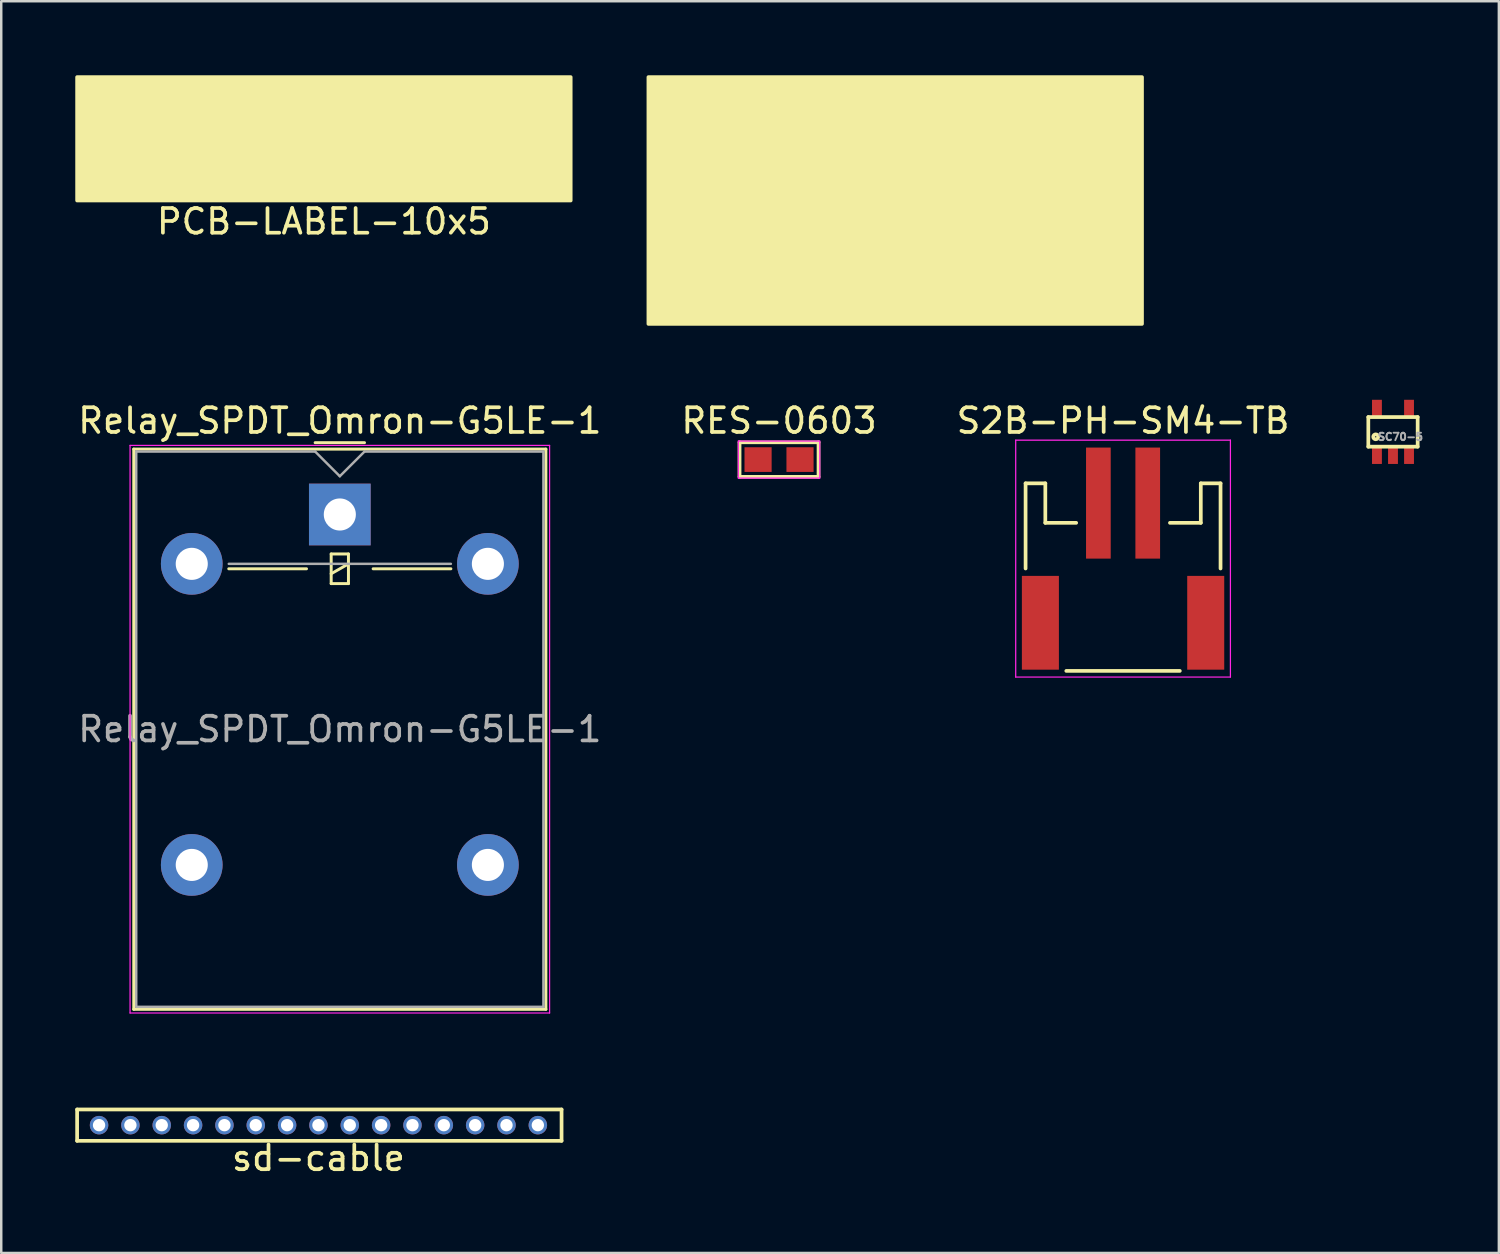
<source format=kicad_pcb>
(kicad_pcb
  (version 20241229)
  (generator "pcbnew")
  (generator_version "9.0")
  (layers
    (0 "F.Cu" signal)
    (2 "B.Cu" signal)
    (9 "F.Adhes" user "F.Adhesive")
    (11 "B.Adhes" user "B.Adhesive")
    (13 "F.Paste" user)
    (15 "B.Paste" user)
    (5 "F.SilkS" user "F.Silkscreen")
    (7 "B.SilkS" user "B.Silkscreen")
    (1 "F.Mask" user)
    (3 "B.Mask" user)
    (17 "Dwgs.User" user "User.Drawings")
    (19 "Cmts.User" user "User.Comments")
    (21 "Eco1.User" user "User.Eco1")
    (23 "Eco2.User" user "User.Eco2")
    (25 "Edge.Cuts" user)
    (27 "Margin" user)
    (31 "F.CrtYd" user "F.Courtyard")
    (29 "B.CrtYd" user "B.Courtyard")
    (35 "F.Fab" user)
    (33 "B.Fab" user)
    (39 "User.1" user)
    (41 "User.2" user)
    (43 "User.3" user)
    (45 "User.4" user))
  (footprint "PCB-LABEL-10x5"
    (layer "F.Cu")
    (at 10.075 5.075)
    (property "Reference" "PCB-LABEL-10x5" (at 0 0.85 0) (layer "F.SilkS") (effects (font (size 1 1) (thickness 0.15))))
    (attr through_hole)
    (fp_poly (pts (xy -10 -5) (xy 10 -5) (xy 10 0) (xy -10 0)) (stroke (width 0.15) (type solid)) (fill yes) (layer "F.SilkS")))
  (footprint "S2B-PH-SM4-TB"
    (layer "F.Cu")
    (at 42.458 19.586)
    (property "Reference" "S2B-PH-SM4-TB" (at 0 -5.588 0) (layer "F.SilkS") (effects (font (size 1 1) (thickness 0.15))))
    (attr through_hole)
    (fp_line (start -3.95 -3.05) (end -3.95 0.4) (stroke (width 0.15) (type solid)) (layer "F.SilkS"))
    (fp_line (start -3.15 -3.05) (end -3.95 -3.05) (stroke (width 0.15) (type solid)) (layer "F.SilkS"))
    (fp_line (start -3.15 -1.45) (end -3.15 -3.05) (stroke (width 0.15) (type solid)) (layer "F.SilkS"))
    (fp_line (start -3.15 -1.45) (end -1.9 -1.45) (stroke (width 0.15) (type solid)) (layer "F.SilkS"))
    (fp_line (start -2.3 4.55) (end 2.3 4.55) (stroke (width 0.15) (type solid)) (layer "F.SilkS"))
    (fp_line (start 3.15 -3.05) (end 3.95 -3.05) (stroke (width 0.15) (type solid)) (layer "F.SilkS"))
    (fp_line (start 3.15 -1.45) (end 1.9 -1.45) (stroke (width 0.15) (type solid)) (layer "F.SilkS"))
    (fp_line (start 3.15 -1.45) (end 3.15 -3.05) (stroke (width 0.15) (type solid)) (layer "F.SilkS"))
    (fp_line (start 3.95 -3.05) (end 3.95 0.4) (stroke (width 0.15) (type solid)) (layer "F.SilkS"))
    (fp_line (start -4.35 -4.8) (end 4.35 -4.8) (stroke (width 0.05) (type solid)) (layer "F.CrtYd"))
    (fp_line (start -4.35 4.8) (end -4.35 -4.8) (stroke (width 0.05) (type solid)) (layer "F.CrtYd"))
    (fp_line (start -4.35 4.8) (end 4.35 4.8) (stroke (width 0.05) (type solid)) (layer "F.CrtYd"))
    (fp_line (start 4.35 -4.8) (end 4.35 4.8) (stroke (width 0.05) (type solid)) (layer "F.CrtYd"))
    (pad "1" smd rect (at -1 -2.25) (size 1 4.5) (layers "F.Cu" "F.Mask" "F.Paste"))
    (pad "2" smd rect (at 1 -2.25) (size 1 4.5) (layers "F.Cu" "F.Mask" "F.Paste"))
    (pad "3" smd rect (at -3.35 2.6) (size 1.5 3.8) (layers "F.Cu" "F.Mask" "F.Paste"))
    (pad "4" smd rect (at 3.35 2.6) (size 1.5 3.8) (layers "F.Cu" "F.Mask" "F.Paste")))
  (footprint "sd-cable"
    (layer "F.Cu")
    (at 9.854 41.273)
    (property "Reference" "sd-cable" (at 0 2.6 0) (layer "F.SilkS") (effects (font (size 1 1) (thickness 0.15))))
    (attr through_hole)
    (fp_line (start -9.779 0.635) (end -9.779 1.905) (stroke (width 0.15) (type solid)) (layer "F.SilkS"))
    (fp_line (start -9.779 0.635) (end 9.851 0.635) (stroke (width 0.15) (type solid)) (layer "F.SilkS"))
    (fp_line (start -9.779 1.905) (end 9.851 1.905) (stroke (width 0.15) (type solid)) (layer "F.SilkS"))
    (fp_line (start 9.851 0.635) (end 9.851 1.905) (stroke (width 0.15) (type solid)) (layer "F.SilkS"))
    (pad "1" thru_hole circle (at -8.89 1.27) (size 0.75 0.75) (drill 0.5) (layers "*.Cu" "*.Mask"))
    (pad "2" thru_hole circle (at -7.62 1.27) (size 0.75 0.75) (drill 0.5) (layers "*.Cu" "*.Mask"))
    (pad "3" thru_hole circle (at -6.35 1.27) (size 0.75 0.75) (drill 0.5) (layers "*.Cu" "*.Mask"))
    (pad "4" thru_hole circle (at -5.08 1.27) (size 0.75 0.75) (drill 0.5) (layers "*.Cu" "*.Mask"))
    (pad "5" thru_hole circle (at -3.81 1.27) (size 0.75 0.75) (drill 0.5) (layers "*.Cu" "*.Mask"))
    (pad "6" thru_hole circle (at -2.54 1.27) (size 0.75 0.75) (drill 0.5) (layers "*.Cu" "*.Mask"))
    (pad "7" thru_hole circle (at -1.27 1.27) (size 0.75 0.75) (drill 0.5) (layers "*.Cu" "*.Mask"))
    (pad "8" thru_hole circle (at 0 1.27) (size 0.75 0.75) (drill 0.5) (layers "*.Cu" "*.Mask"))
    (pad "9" thru_hole circle (at 1.27 1.27) (size 0.75 0.75) (drill 0.5) (layers "*.Cu" "*.Mask"))
    (pad "10" thru_hole circle (at 2.54 1.27) (size 0.75 0.75) (drill 0.5) (layers "*.Cu" "*.Mask"))
    (pad "11" thru_hole circle (at 3.81 1.27) (size 0.75 0.75) (drill 0.5) (layers "*.Cu" "*.Mask"))
    (pad "12" thru_hole circle (at 5.08 1.27) (size 0.75 0.75) (drill 0.5) (layers "*.Cu" "*.Mask"))
    (pad "13" thru_hole circle (at 6.35 1.27) (size 0.75 0.75) (drill 0.5) (layers "*.Cu" "*.Mask"))
    (pad "14" thru_hole circle (at 7.62 1.27) (size 0.75 0.75) (drill 0.5) (layers "*.Cu" "*.Mask"))
    (pad "15" thru_hole circle (at 8.89 1.27) (size 0.75 0.75) (drill 0.5) (layers "*.Cu" "*.Mask")))
  (footprint "RES-0603"
    (layer "F.Cu")
    (at 28.518 15.573)
    (property "Reference" "RES-0603" (at 0 -1.575 0) (layer "F.SilkS") (effects (font (size 1 1) (thickness 0.15))))
    (attr smd)
    (fp_line (start -1.6 -0.7) (end -1.6 0.7) (stroke (width 0.15) (type solid)) (layer "F.SilkS"))
    (fp_line (start -1.6 -0.7) (end 1.6 -0.7) (stroke (width 0.15) (type solid)) (layer "F.SilkS"))
    (fp_line (start 1.6 -0.7) (end 1.6 0.7) (stroke (width 0.15) (type solid)) (layer "F.SilkS"))
    (fp_line (start 1.6 0.7) (end -1.6 0.7) (stroke (width 0.15) (type solid)) (layer "F.SilkS"))
    (fp_line (start -1.65 -0.75) (end -1.65 0.75) (stroke (width 0.05) (type solid)) (layer "F.CrtYd"))
    (fp_line (start -1.65 0.75) (end 1.65 0.75) (stroke (width 0.05) (type solid)) (layer "F.CrtYd"))
    (fp_line (start 1.65 -0.75) (end -1.65 -0.75) (stroke (width 0.05) (type solid)) (layer "F.CrtYd"))
    (fp_line (start 1.65 0.75) (end 1.65 -0.75) (stroke (width 0.05) (type solid)) (layer "F.CrtYd"))
    (pad "1" smd rect (at -0.85 0) (size 1.1 1) (layers "F.Cu" "F.Mask" "F.Paste"))
    (pad "2" smd rect (at 0.85 0) (size 1.1 1) (layers "F.Cu" "F.Mask" "F.Paste")))
  (footprint "PCB-LABEL-STANDARD"
    (layer "F.Cu")
    (at 33.225 5.075)
    (property "Reference" "PCB-LABEL-STANDARD" (at 0 0.85 0) (layer "F.SilkS") (effects (font (size 1 1) (thickness 0.15))))
    (attr through_hole)
    (fp_poly (pts (xy -10 -5) (xy 10 -5) (xy 10 5) (xy -10 5)) (stroke (width 0.15) (type solid)) (fill yes) (layer "F.SilkS")))
  (footprint "Relay_SPDT_Omron-G5LE-1"
    (layer "F.Cu")
    (at 10.72 17.798)
    (property "Reference" "Relay_SPDT_Omron-G5LE-1" (at 0 -3.8 0) (layer "F.SilkS") (effects (font (size 1 1) (thickness 0.15))))
    (attr through_hole)
    (fp_line (start -8.35 -2.65) (end -8.35 20.05) (stroke (width 0.12) (type solid)) (layer "F.SilkS"))
    (fp_line (start -8.35 20.05) (end 8.35 20.05) (stroke (width 0.12) (type solid)) (layer "F.SilkS"))
    (fp_line (start -4.5 2.2) (end -1.35 2.2) (stroke (width 0.12) (type solid)) (layer "F.SilkS"))
    (fp_line (start -1 -2.91) (end 1 -2.91) (stroke (width 0.12) (type solid)) (layer "F.SilkS"))
    (fp_line (start -0.35 1.6) (end -0.35 2.8) (stroke (width 0.12) (type solid)) (layer "F.SilkS"))
    (fp_line (start -0.35 2.4) (end 0.35 2) (stroke (width 0.12) (type solid)) (layer "F.SilkS"))
    (fp_line (start -0.35 2.8) (end 0.35 2.8) (stroke (width 0.12) (type solid)) (layer "F.SilkS"))
    (fp_line (start 0.35 1.6) (end -0.35 1.6) (stroke (width 0.12) (type solid)) (layer "F.SilkS"))
    (fp_line (start 0.35 2.8) (end 0.35 1.6) (stroke (width 0.12) (type solid)) (layer "F.SilkS"))
    (fp_line (start 1.35 2.2) (end 4.5 2.2) (stroke (width 0.12) (type solid)) (layer "F.SilkS"))
    (fp_line (start 8.35 -2.65) (end -8.35 -2.65) (stroke (width 0.12) (type solid)) (layer "F.SilkS"))
    (fp_line (start 8.35 20.05) (end 8.35 -2.65) (stroke (width 0.12) (type solid)) (layer "F.SilkS"))
    (fp_line (start -8.5 -2.8) (end -8.5 20.2) (stroke (width 0.05) (type solid)) (layer "F.CrtYd"))
    (fp_line (start -8.5 20.2) (end 8.5 20.2) (stroke (width 0.05) (type solid)) (layer "F.CrtYd"))
    (fp_line (start 8.5 -2.8) (end -8.5 -2.8) (stroke (width 0.05) (type solid)) (layer "F.CrtYd"))
    (fp_line (start 8.5 20.2) (end 8.5 -2.8) (stroke (width 0.05) (type solid)) (layer "F.CrtYd"))
    (fp_line (start -8.25 -2.55) (end -1 -2.55) (stroke (width 0.1) (type solid)) (layer "F.Fab"))
    (fp_line (start -8.25 19.95) (end -8.25 -2.55) (stroke (width 0.1) (type solid)) (layer "F.Fab"))
    (fp_line (start -4.5 2) (end 4.5 2) (stroke (width 0.1) (type solid)) (layer "F.Fab"))
    (fp_line (start -1 -2.55) (end 0 -1.55) (stroke (width 0.1) (type solid)) (layer "F.Fab"))
    (fp_line (start 0 -1.55) (end 1 -2.55) (stroke (width 0.1) (type solid)) (layer "F.Fab"))
    (fp_line (start 1 -2.55) (end 8.25 -2.55) (stroke (width 0.1) (type solid)) (layer "F.Fab"))
    (fp_line (start 8.25 -2.55) (end 8.25 19.95) (stroke (width 0.1) (type solid)) (layer "F.Fab"))
    (fp_line (start 8.25 19.95) (end -8.25 19.95) (stroke (width 0.1) (type solid)) (layer "F.Fab"))
    (fp_text user "${REFERENCE}" (at 0 8.7 0) (layer "F.Fab") (effects (font (size 1 1) (thickness 0.15))))
    (pad "1" thru_hole rect (at 0 0) (size 2.5 2.5) (drill 1.3) (layers "*.Cu" "*.Mask"))
    (pad "2" thru_hole oval (at 6 2) (size 2.5 2.5) (drill 1.3) (layers "*.Cu" "*.Mask"))
    (pad "3" thru_hole oval (at 6 14.2) (size 2.5 2.5) (drill 1.3) (layers "*.Cu" "*.Mask"))
    (pad "4" thru_hole oval (at -6 14.2) (size 2.5 2.5) (drill 1.3) (layers "*.Cu" "*.Mask"))
    (pad "5" thru_hole oval (at -6 2) (size 2.5 2.5) (drill 1.3) (layers "*.Cu" "*.Mask")))
  (footprint "SC70-5"
    (layer "F.Cu")
    (at 53.396 14.45)
    (property "Reference" "SC70-5" (at 0.3 0.2 0) (layer "F.Fab") (effects (font (size 0.3 0.3) (thickness 0.075))))
    (attr through_hole)
    (fp_line (start -1 -0.6) (end 1 -0.6) (stroke (width 0.15) (type solid)) (layer "F.SilkS"))
    (fp_line (start -1 0.6) (end -1 -0.6) (stroke (width 0.15) (type solid)) (layer "F.SilkS"))
    (fp_line (start 1 -0.6) (end 1 0.6) (stroke (width 0.15) (type solid)) (layer "F.SilkS"))
    (fp_line (start 1 0.6) (end -1 0.6) (stroke (width 0.15) (type solid)) (layer "F.SilkS"))
    (fp_circle (center -0.7 0.2) (end -0.7 0.3) (stroke (width 0.15) (type solid)) (fill no) (layer "F.SilkS"))
    (pad "1" smd rect (at -0.65 0.95) (size 0.4 0.7) (layers "F.Cu" "F.Mask" "F.Paste"))
    (pad "2" smd rect (at 0 0.95) (size 0.4 0.7) (layers "F.Cu" "F.Mask" "F.Paste"))
    (pad "3" smd rect (at 0.65 0.95) (size 0.4 0.7) (layers "F.Cu" "F.Mask" "F.Paste"))
    (pad "4" smd rect (at 0.65 -0.95) (size 0.4 0.7) (layers "F.Cu" "F.Mask" "F.Paste"))
    (pad "5" smd rect (at -0.65 -0.95) (size 0.4 0.7) (layers "F.Cu" "F.Mask" "F.Paste")))
  (gr_rect
    (start -3 -3)
    (end 57.686 47.721)
    (stroke (width 0.1) (type default))
    (fill no)
    (layer "Edge.Cuts")))
</source>
